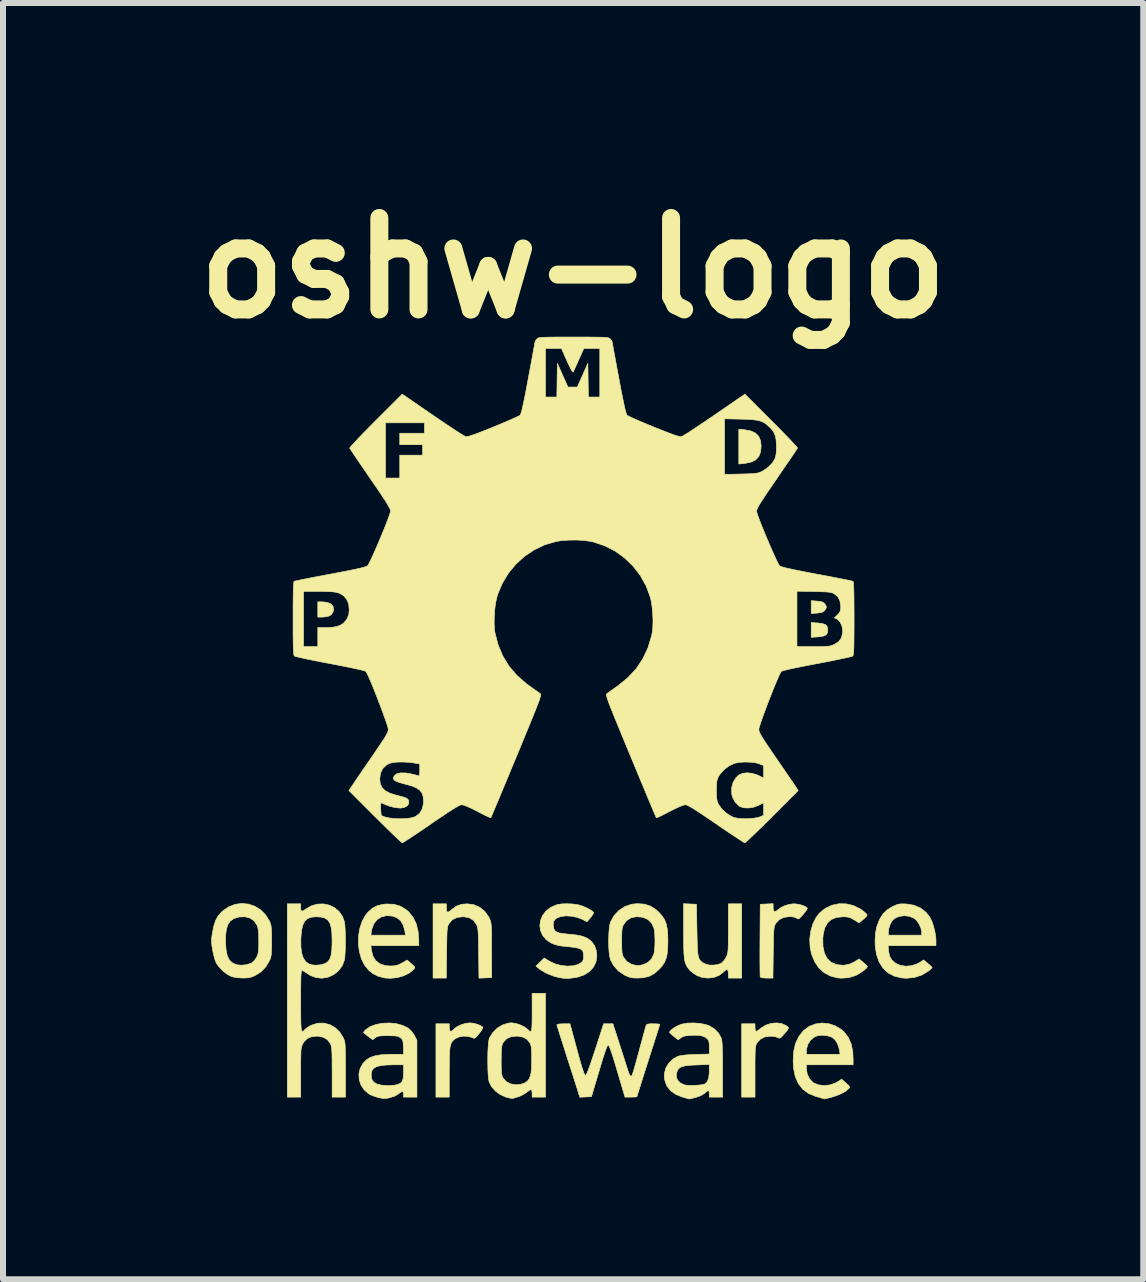
<source format=kicad_pcb>
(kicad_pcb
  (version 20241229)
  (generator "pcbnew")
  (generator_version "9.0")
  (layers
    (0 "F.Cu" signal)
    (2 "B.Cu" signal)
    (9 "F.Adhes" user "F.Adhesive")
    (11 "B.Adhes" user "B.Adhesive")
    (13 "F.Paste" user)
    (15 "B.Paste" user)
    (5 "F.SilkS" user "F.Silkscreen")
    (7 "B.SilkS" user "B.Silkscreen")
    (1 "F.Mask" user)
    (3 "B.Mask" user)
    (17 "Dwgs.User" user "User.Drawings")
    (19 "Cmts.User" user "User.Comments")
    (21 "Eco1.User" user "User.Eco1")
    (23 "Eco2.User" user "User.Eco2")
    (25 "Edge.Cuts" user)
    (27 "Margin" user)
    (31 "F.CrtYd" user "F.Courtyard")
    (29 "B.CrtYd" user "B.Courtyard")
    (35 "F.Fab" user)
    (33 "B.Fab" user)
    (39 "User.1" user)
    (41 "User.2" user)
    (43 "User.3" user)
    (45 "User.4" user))
  (footprint "oshw-logo"
    (layer "F.Cu")
    (at 6.502 8.918)
    (property "Reference" "oshw-logo" (at 0 -7.5 0) (layer "F.SilkS") (effects (font (size 1.524 1.524) (thickness 0.3))))
    (attr through_hole)
    (fp_poly (pts (xy -4.099 -1.928) (xy -4.038 -1.903) (xy -4.001 -1.862) (xy -3.992 -1.808) (xy -4.001 -1.769) (xy -4.029 -1.724) (xy -4.079 -1.696) (xy -4.154 -1.684) (xy -4.185 -1.683) (xy -4.255 -1.683) (xy -4.255 -1.937) (xy -4.185 -1.937) (xy -4.099 -1.928)) (stroke (width 0.01) (type solid)) (fill yes) (layer "F.SilkS"))
    (fp_poly (pts (xy 2.859 -4.805) (xy 2.963 -4.785) (xy 3.041 -4.749) (xy 3.094 -4.695) (xy 3.125 -4.621) (xy 3.134 -4.534) (xy 3.125 -4.435) (xy 3.094 -4.358) (xy 3.04 -4.301) (xy 2.961 -4.264) (xy 2.861 -4.244) (xy 2.762 -4.234) (xy 2.762 -4.815) (xy 2.859 -4.805)) (stroke (width 0.01) (type solid)) (fill yes) (layer "F.SilkS"))
    (fp_poly (pts (xy 4.081 -1.584) (xy 4.157 -1.574) (xy 4.207 -1.557) (xy 4.234 -1.529) (xy 4.244 -1.485) (xy 4.245 -1.468) (xy 4.239 -1.42) (xy 4.217 -1.387) (xy 4.175 -1.367) (xy 4.108 -1.355) (xy 4.081 -1.353) (xy 3.969 -1.345) (xy 3.969 -1.592) (xy 4.081 -1.584)) (stroke (width 0.01) (type solid)) (fill yes) (layer "F.SilkS"))
    (fp_poly (pts (xy 4.066 -1.949) (xy 4.127 -1.942) (xy 4.165 -1.93) (xy 4.191 -1.909) (xy 4.193 -1.906) (xy 4.215 -1.873) (xy 4.223 -1.849) (xy 4.213 -1.823) (xy 4.193 -1.793) (xy 4.168 -1.771) (xy 4.132 -1.758) (xy 4.074 -1.75) (xy 4.066 -1.749) (xy 3.969 -1.742) (xy 3.969 -1.956) (xy 4.066 -1.949)) (stroke (width 0.01) (type solid)) (fill yes) (layer "F.SilkS"))
    (fp_poly (pts (xy -1.666 5.086) (xy -1.606 5.101) (xy -1.551 5.122) (xy -1.513 5.144) (xy -1.503 5.155) (xy -1.508 5.173) (xy -1.529 5.208) (xy -1.562 5.253) (xy -1.567 5.259) (xy -1.605 5.305) (xy -1.63 5.33) (xy -1.649 5.338) (xy -1.668 5.333) (xy -1.684 5.325) (xy -1.749 5.306) (xy -1.825 5.302) (xy -1.9 5.315) (xy -1.954 5.338) (xy -1.985 5.36) (xy -2.01 5.383) (xy -2.028 5.411) (xy -2.042 5.447) (xy -2.052 5.495) (xy -2.058 5.559) (xy -2.062 5.643) (xy -2.063 5.751) (xy -2.064 5.887) (xy -2.064 5.902) (xy -2.064 6.318) (xy -2.286 6.318) (xy -2.286 5.096) (xy -2.064 5.096) (xy -2.064 5.159) (xy -2.058 5.206) (xy -2.04 5.223) (xy -2.012 5.21) (xy -1.991 5.189) (xy -1.939 5.147) (xy -1.867 5.112) (xy -1.789 5.088) (xy -1.722 5.081) (xy -1.666 5.086)) (stroke (width 0.01) (type solid)) (fill yes) (layer "F.SilkS"))
    (fp_poly (pts (xy 3.476 5.092) (xy 3.551 5.126) (xy 3.57 5.14) (xy 3.586 5.155) (xy 3.59 5.169) (xy 3.58 5.19) (xy 3.554 5.224) (xy 3.526 5.257) (xy 3.487 5.302) (xy 3.46 5.327) (xy 3.441 5.335) (xy 3.422 5.33) (xy 3.412 5.325) (xy 3.374 5.312) (xy 3.32 5.304) (xy 3.286 5.303) (xy 3.194 5.315) (xy 3.121 5.352) (xy 3.065 5.415) (xy 3.064 5.417) (xy 3.054 5.435) (xy 3.047 5.455) (xy 3.041 5.481) (xy 3.037 5.519) (xy 3.035 5.571) (xy 3.033 5.641) (xy 3.032 5.734) (xy 3.032 5.854) (xy 3.032 5.894) (xy 3.032 6.318) (xy 2.81 6.318) (xy 2.81 5.096) (xy 3.032 5.096) (xy 3.032 5.159) (xy 3.036 5.199) (xy 3.046 5.221) (xy 3.049 5.223) (xy 3.071 5.213) (xy 3.106 5.189) (xy 3.129 5.17) (xy 3.207 5.12) (xy 3.296 5.09) (xy 3.388 5.081) (xy 3.476 5.092)) (stroke (width 0.01) (type solid)) (fill yes) (layer "F.SilkS"))
    (fp_poly (pts (xy 2.056 3.104) (xy 2.064 3.532) (xy 2.067 3.67) (xy 2.07 3.78) (xy 2.074 3.865) (xy 2.08 3.93) (xy 2.089 3.979) (xy 2.101 4.014) (xy 2.117 4.04) (xy 2.138 4.06) (xy 2.165 4.079) (xy 2.174 4.084) (xy 2.22 4.106) (xy 2.273 4.117) (xy 2.33 4.118) (xy 2.412 4.11) (xy 2.472 4.085) (xy 2.519 4.039) (xy 2.552 3.984) (xy 2.563 3.962) (xy 2.571 3.939) (xy 2.577 3.912) (xy 2.582 3.876) (xy 2.585 3.827) (xy 2.587 3.761) (xy 2.587 3.673) (xy 2.588 3.56) (xy 2.588 3.505) (xy 2.588 3.096) (xy 2.81 3.096) (xy 2.81 4.334) (xy 2.588 4.334) (xy 2.588 4.262) (xy 2.583 4.212) (xy 2.568 4.192) (xy 2.541 4.201) (xy 2.507 4.233) (xy 2.435 4.288) (xy 2.347 4.323) (xy 2.249 4.334) (xy 2.149 4.323) (xy 2.067 4.293) (xy 2.011 4.258) (xy 1.959 4.217) (xy 1.937 4.194) (xy 1.911 4.161) (xy 1.89 4.128) (xy 1.874 4.091) (xy 1.862 4.047) (xy 1.853 3.991) (xy 1.847 3.92) (xy 1.844 3.83) (xy 1.842 3.717) (xy 1.842 3.577) (xy 1.841 3.545) (xy 1.841 3.094) (xy 2.056 3.104)) (stroke (width 0.01) (type solid)) (fill yes) (layer "F.SilkS"))
    (fp_poly (pts (xy -2.111 3.167) (xy -2.108 3.214) (xy -2.096 3.234) (xy -2.071 3.229) (xy -2.03 3.198) (xy -2.019 3.189) (xy -1.943 3.134) (xy -1.862 3.105) (xy -1.767 3.096) (xy -1.655 3.111) (xy -1.555 3.155) (xy -1.471 3.224) (xy -1.406 3.315) (xy -1.395 3.338) (xy -1.384 3.363) (xy -1.376 3.387) (xy -1.369 3.415) (xy -1.365 3.45) (xy -1.361 3.496) (xy -1.359 3.557) (xy -1.358 3.639) (xy -1.358 3.743) (xy -1.358 3.873) (xy -1.357 4.326) (xy -1.463 4.331) (xy -1.569 4.335) (xy -1.574 3.918) (xy -1.576 3.791) (xy -1.578 3.691) (xy -1.58 3.615) (xy -1.584 3.558) (xy -1.588 3.517) (xy -1.594 3.486) (xy -1.601 3.462) (xy -1.611 3.441) (xy -1.613 3.437) (xy -1.662 3.371) (xy -1.728 3.33) (xy -1.814 3.313) (xy -1.839 3.312) (xy -1.934 3.323) (xy -2.009 3.359) (xy -2.066 3.421) (xy -2.071 3.43) (xy -2.081 3.448) (xy -2.089 3.469) (xy -2.094 3.497) (xy -2.099 3.536) (xy -2.102 3.589) (xy -2.104 3.661) (xy -2.106 3.756) (xy -2.108 3.877) (xy -2.108 3.909) (xy -2.113 4.334) (xy -2.334 4.334) (xy -2.334 3.096) (xy -2.111 3.096) (xy -2.111 3.167)) (stroke (width 0.01) (type solid)) (fill yes) (layer "F.SilkS"))
    (fp_poly (pts (xy 3.334 3.158) (xy 3.337 3.201) (xy 3.347 3.219) (xy 3.364 3.223) (xy 3.398 3.211) (xy 3.415 3.196) (xy 3.459 3.161) (xy 3.523 3.13) (xy 3.597 3.107) (xy 3.67 3.096) (xy 3.683 3.096) (xy 3.738 3.101) (xy 3.797 3.114) (xy 3.85 3.132) (xy 3.889 3.152) (xy 3.905 3.171) (xy 3.905 3.172) (xy 3.895 3.193) (xy 3.871 3.228) (xy 3.837 3.27) (xy 3.802 3.309) (xy 3.773 3.338) (xy 3.755 3.35) (xy 3.729 3.339) (xy 3.717 3.33) (xy 3.691 3.319) (xy 3.644 3.312) (xy 3.607 3.31) (xy 3.511 3.323) (xy 3.436 3.36) (xy 3.379 3.421) (xy 3.374 3.43) (xy 3.364 3.448) (xy 3.357 3.469) (xy 3.351 3.497) (xy 3.346 3.536) (xy 3.343 3.589) (xy 3.34 3.662) (xy 3.339 3.757) (xy 3.337 3.879) (xy 3.336 3.909) (xy 3.331 4.334) (xy 3.229 4.334) (xy 3.162 4.331) (xy 3.126 4.321) (xy 3.119 4.314) (xy 3.117 4.294) (xy 3.116 4.246) (xy 3.115 4.174) (xy 3.114 4.08) (xy 3.114 3.97) (xy 3.114 3.845) (xy 3.115 3.711) (xy 3.115 3.699) (xy 3.119 3.104) (xy 3.227 3.099) (xy 3.334 3.094) (xy 3.334 3.158)) (stroke (width 0.01) (type solid)) (fill yes) (layer "F.SilkS"))
    (fp_poly (pts (xy 4.552 3.097) (xy 4.672 3.125) (xy 4.785 3.181) (xy 4.822 3.207) (xy 4.863 3.24) (xy 4.892 3.268) (xy 4.901 3.28) (xy 4.893 3.3) (xy 4.866 3.33) (xy 4.836 3.356) (xy 4.766 3.414) (xy 4.683 3.363) (xy 4.633 3.334) (xy 4.59 3.319) (xy 4.539 3.313) (xy 4.493 3.312) (xy 4.388 3.324) (xy 4.303 3.358) (xy 4.239 3.415) (xy 4.195 3.496) (xy 4.169 3.602) (xy 4.162 3.674) (xy 4.165 3.808) (xy 4.189 3.918) (xy 4.232 4.005) (xy 4.296 4.067) (xy 4.38 4.106) (xy 4.4 4.111) (xy 4.51 4.121) (xy 4.611 4.101) (xy 4.692 4.062) (xy 4.766 4.015) (xy 4.835 4.072) (xy 4.874 4.106) (xy 4.899 4.132) (xy 4.905 4.143) (xy 4.893 4.164) (xy 4.86 4.194) (xy 4.814 4.229) (xy 4.763 4.262) (xy 4.717 4.288) (xy 4.596 4.327) (xy 4.466 4.336) (xy 4.41 4.331) (xy 4.289 4.3) (xy 4.183 4.243) (xy 4.093 4.161) (xy 4.023 4.056) (xy 3.973 3.931) (xy 3.951 3.824) (xy 3.944 3.69) (xy 3.96 3.557) (xy 3.996 3.432) (xy 4.051 3.323) (xy 4.108 3.249) (xy 4.204 3.172) (xy 4.313 3.12) (xy 4.431 3.095) (xy 4.552 3.097)) (stroke (width 0.01) (type solid)) (fill yes) (layer "F.SilkS"))
    (fp_poly (pts (xy -2.986 3.104) (xy -2.877 3.136) (xy -2.781 3.195) (xy -2.74 3.231) (xy -2.667 3.322) (xy -2.615 3.429) (xy -2.584 3.554) (xy -2.572 3.701) (xy -2.572 3.719) (xy -2.572 3.794) (xy -3.37 3.794) (xy -3.362 3.865) (xy -3.338 3.964) (xy -3.291 4.041) (xy -3.223 4.095) (xy -3.133 4.126) (xy -3.046 4.133) (xy -2.977 4.129) (xy -2.924 4.117) (xy -2.869 4.092) (xy -2.852 4.083) (xy -2.765 4.033) (xy -2.696 4.095) (xy -2.658 4.129) (xy -2.64 4.151) (xy -2.64 4.167) (xy -2.655 4.186) (xy -2.657 4.189) (xy -2.733 4.251) (xy -2.829 4.298) (xy -2.939 4.328) (xy -3.054 4.338) (xy -3.136 4.332) (xy -3.245 4.305) (xy -3.336 4.26) (xy -3.404 4.206) (xy -3.475 4.12) (xy -3.528 4.014) (xy -3.562 3.894) (xy -3.579 3.765) (xy -3.576 3.634) (xy -3.574 3.619) (xy -3.37 3.619) (xy -2.794 3.619) (xy -2.804 3.552) (xy -2.83 3.452) (xy -2.876 3.377) (xy -2.941 3.326) (xy -3.012 3.301) (xy -3.108 3.293) (xy -3.195 3.314) (xy -3.267 3.36) (xy -3.322 3.43) (xy -3.355 3.519) (xy -3.36 3.545) (xy -3.37 3.619) (xy -3.574 3.619) (xy -3.555 3.506) (xy -3.516 3.387) (xy -3.458 3.284) (xy -3.416 3.233) (xy -3.342 3.168) (xy -3.262 3.127) (xy -3.167 3.105) (xy -3.111 3.099) (xy -2.986 3.104)) (stroke (width 0.01) (type solid)) (fill yes) (layer "F.SilkS"))
    (fp_poly (pts (xy 5.554 3.099) (xy 5.682 3.12) (xy 5.793 3.168) (xy 5.885 3.241) (xy 5.946 3.32) (xy 5.978 3.384) (xy 6.007 3.468) (xy 6.03 3.56) (xy 6.045 3.649) (xy 6.048 3.707) (xy 6.048 3.794) (xy 5.251 3.794) (xy 5.258 3.882) (xy 5.275 3.968) (xy 5.315 4.035) (xy 5.378 4.089) (xy 5.453 4.123) (xy 5.543 4.136) (xy 5.638 4.128) (xy 5.729 4.099) (xy 5.783 4.071) (xy 5.843 4.031) (xy 5.914 4.091) (xy 5.952 4.124) (xy 5.978 4.149) (xy 5.985 4.159) (xy 5.974 4.173) (xy 5.945 4.199) (xy 5.929 4.212) (xy 5.818 4.281) (xy 5.692 4.323) (xy 5.558 4.337) (xy 5.474 4.331) (xy 5.352 4.301) (xy 5.248 4.246) (xy 5.164 4.167) (xy 5.1 4.064) (xy 5.057 3.94) (xy 5.035 3.795) (xy 5.033 3.723) (xy 5.038 3.619) (xy 5.255 3.619) (xy 5.81 3.619) (xy 5.81 3.567) (xy 5.798 3.503) (xy 5.767 3.433) (xy 5.724 3.372) (xy 5.688 3.34) (xy 5.608 3.305) (xy 5.519 3.294) (xy 5.429 3.308) (xy 5.356 3.341) (xy 5.316 3.382) (xy 5.283 3.443) (xy 5.261 3.511) (xy 5.255 3.56) (xy 5.255 3.619) (xy 5.038 3.619) (xy 5.039 3.591) (xy 5.061 3.479) (xy 5.1 3.375) (xy 5.121 3.334) (xy 5.173 3.255) (xy 5.237 3.195) (xy 5.321 3.144) (xy 5.348 3.131) (xy 5.398 3.11) (xy 5.443 3.099) (xy 5.496 3.097) (xy 5.554 3.099)) (stroke (width 0.01) (type solid)) (fill yes) (layer "F.SilkS"))
    (fp_poly (pts (xy 4.261 5.094) (xy 4.37 5.13) (xy 4.47 5.191) (xy 4.516 5.231) (xy 4.587 5.323) (xy 4.636 5.435) (xy 4.662 5.568) (xy 4.667 5.676) (xy 4.667 5.779) (xy 3.889 5.779) (xy 3.889 5.852) (xy 3.903 5.935) (xy 3.94 6.012) (xy 3.996 6.072) (xy 4.012 6.082) (xy 4.092 6.114) (xy 4.185 6.125) (xy 4.283 6.114) (xy 4.375 6.082) (xy 4.418 6.057) (xy 4.475 6.019) (xy 4.548 6.083) (xy 4.588 6.119) (xy 4.606 6.142) (xy 4.608 6.158) (xy 4.596 6.176) (xy 4.594 6.177) (xy 4.538 6.223) (xy 4.457 6.266) (xy 4.359 6.304) (xy 4.313 6.318) (xy 4.255 6.333) (xy 4.212 6.344) (xy 4.189 6.349) (xy 4.187 6.349) (xy 4.171 6.343) (xy 4.167 6.342) (xy 4.145 6.335) (xy 4.101 6.322) (xy 4.045 6.306) (xy 4.039 6.304) (xy 3.922 6.256) (xy 3.827 6.185) (xy 3.754 6.092) (xy 3.703 5.976) (xy 3.675 5.837) (xy 3.668 5.707) (xy 3.678 5.553) (xy 3.679 5.545) (xy 3.889 5.545) (xy 3.889 5.604) (xy 4.449 5.604) (xy 4.441 5.54) (xy 4.427 5.482) (xy 4.405 5.424) (xy 4.402 5.418) (xy 4.36 5.356) (xy 4.307 5.316) (xy 4.237 5.295) (xy 4.184 5.289) (xy 4.12 5.288) (xy 4.074 5.295) (xy 4.031 5.312) (xy 4.018 5.319) (xy 3.956 5.371) (xy 3.911 5.443) (xy 3.89 5.524) (xy 3.889 5.545) (xy 3.679 5.545) (xy 3.708 5.422) (xy 3.761 5.31) (xy 3.836 5.215) (xy 3.844 5.207) (xy 3.934 5.14) (xy 4.038 5.099) (xy 4.148 5.083) (xy 4.261 5.094)) (stroke (width 0.01) (type solid)) (fill yes) (layer "F.SilkS"))
    (fp_poly (pts (xy 1.189 3.102) (xy 1.289 3.134) (xy 1.38 3.192) (xy 1.429 3.237) (xy 1.484 3.299) (xy 1.525 3.361) (xy 1.552 3.43) (xy 1.569 3.512) (xy 1.578 3.614) (xy 1.58 3.715) (xy 1.577 3.837) (xy 1.567 3.935) (xy 1.548 4.014) (xy 1.518 4.081) (xy 1.475 4.143) (xy 1.43 4.192) (xy 1.351 4.26) (xy 1.269 4.304) (xy 1.177 4.327) (xy 1.071 4.334) (xy 1 4.331) (xy 0.944 4.321) (xy 0.887 4.298) (xy 0.86 4.285) (xy 0.756 4.216) (xy 0.675 4.125) (xy 0.625 4.032) (xy 0.61 3.978) (xy 0.6 3.9) (xy 0.594 3.807) (xy 0.593 3.712) (xy 0.81 3.712) (xy 0.81 3.715) (xy 0.81 3.807) (xy 0.813 3.873) (xy 0.818 3.921) (xy 0.826 3.955) (xy 0.839 3.984) (xy 0.839 3.984) (xy 0.893 4.055) (xy 0.967 4.101) (xy 1.002 4.112) (xy 1.053 4.122) (xy 1.09 4.125) (xy 1.131 4.118) (xy 1.168 4.11) (xy 1.246 4.074) (xy 1.307 4.015) (xy 1.345 3.937) (xy 1.348 3.929) (xy 1.357 3.87) (xy 1.363 3.793) (xy 1.365 3.706) (xy 1.362 3.621) (xy 1.357 3.548) (xy 1.348 3.504) (xy 1.311 3.422) (xy 1.251 3.36) (xy 1.172 3.323) (xy 1.154 3.319) (xy 1.053 3.311) (xy 0.965 3.33) (xy 0.892 3.376) (xy 0.839 3.445) (xy 0.827 3.473) (xy 0.818 3.508) (xy 0.813 3.555) (xy 0.81 3.621) (xy 0.81 3.712) (xy 0.593 3.712) (xy 0.593 3.706) (xy 0.595 3.607) (xy 0.602 3.515) (xy 0.612 3.441) (xy 0.625 3.397) (xy 0.684 3.292) (xy 0.765 3.206) (xy 0.864 3.141) (xy 0.976 3.103) (xy 1.071 3.093) (xy 1.189 3.102)) (stroke (width 0.01) (type solid)) (fill yes) (layer "F.SilkS"))
    (fp_poly (pts (xy -5.411 3.101) (xy -5.305 3.137) (xy -5.208 3.197) (xy -5.126 3.279) (xy -5.061 3.383) (xy -5.055 3.397) (xy -5.043 3.429) (xy -5.034 3.466) (xy -5.029 3.512) (xy -5.026 3.575) (xy -5.025 3.66) (xy -5.024 3.715) (xy -5.025 3.814) (xy -5.027 3.887) (xy -5.031 3.941) (xy -5.038 3.982) (xy -5.048 4.016) (xy -5.055 4.033) (xy -5.119 4.143) (xy -5.202 4.23) (xy -5.289 4.285) (xy -5.347 4.312) (xy -5.396 4.326) (xy -5.452 4.332) (xy -5.507 4.333) (xy -5.577 4.329) (xy -5.645 4.32) (xy -5.695 4.308) (xy -5.762 4.273) (xy -5.832 4.219) (xy -5.896 4.155) (xy -5.944 4.09) (xy -5.951 4.076) (xy -5.969 4.029) (xy -5.987 3.963) (xy -6.004 3.888) (xy -6.009 3.862) (xy -6.021 3.787) (xy -6.023 3.759) (xy -5.792 3.759) (xy -5.792 3.764) (xy -5.782 3.878) (xy -5.763 3.965) (xy -5.732 4.029) (xy -5.687 4.075) (xy -5.626 4.105) (xy -5.596 4.113) (xy -5.528 4.12) (xy -5.45 4.112) (xy -5.379 4.092) (xy -5.358 4.082) (xy -5.322 4.052) (xy -5.286 4.006) (xy -5.274 3.985) (xy -5.259 3.951) (xy -5.249 3.917) (xy -5.243 3.874) (xy -5.24 3.816) (xy -5.239 3.735) (xy -5.239 3.715) (xy -5.24 3.624) (xy -5.244 3.558) (xy -5.251 3.509) (xy -5.261 3.47) (xy -5.27 3.45) (xy -5.317 3.38) (xy -5.385 3.334) (xy -5.469 3.312) (xy -5.568 3.316) (xy -5.583 3.319) (xy -5.657 3.343) (xy -5.713 3.383) (xy -5.754 3.442) (xy -5.779 3.522) (xy -5.792 3.627) (xy -5.792 3.759) (xy -6.023 3.759) (xy -6.026 3.73) (xy -6.025 3.677) (xy -6.017 3.615) (xy -6.009 3.568) (xy -5.986 3.459) (xy -5.958 3.374) (xy -5.921 3.305) (xy -5.87 3.245) (xy -5.84 3.216) (xy -5.741 3.147) (xy -5.634 3.105) (xy -5.522 3.09) (xy -5.411 3.101)) (stroke (width 0.01) (type solid)) (fill yes) (layer "F.SilkS"))
    (fp_poly (pts (xy -0.01 3.099) (xy 0.076 3.111) (xy 0.107 3.118) (xy 0.165 3.137) (xy 0.226 3.164) (xy 0.282 3.194) (xy 0.324 3.221) (xy 0.341 3.239) (xy 0.337 3.258) (xy 0.316 3.293) (xy 0.292 3.325) (xy 0.233 3.395) (xy 0.158 3.357) (xy 0.07 3.323) (xy -0.024 3.303) (xy -0.117 3.297) (xy -0.201 3.307) (xy -0.268 3.331) (xy -0.295 3.351) (xy -0.321 3.382) (xy -0.331 3.418) (xy -0.33 3.459) (xy -0.323 3.505) (xy -0.307 3.54) (xy -0.277 3.564) (xy -0.228 3.582) (xy -0.157 3.594) (xy -0.058 3.604) (xy -0.057 3.604) (xy 0.057 3.616) (xy 0.145 3.634) (xy 0.213 3.658) (xy 0.268 3.691) (xy 0.31 3.728) (xy 0.359 3.796) (xy 0.387 3.876) (xy 0.396 3.965) (xy 0.382 4.063) (xy 0.341 4.149) (xy 0.275 4.223) (xy 0.187 4.28) (xy 0.081 4.317) (xy 0.031 4.326) (xy -0.02 4.333) (xy -0.062 4.339) (xy -0.071 4.34) (xy -0.105 4.341) (xy -0.156 4.337) (xy -0.191 4.333) (xy -0.313 4.306) (xy -0.434 4.259) (xy -0.539 4.199) (xy -0.576 4.171) (xy -0.619 4.134) (xy -0.551 4.067) (xy -0.482 3.999) (xy -0.39 4.055) (xy -0.299 4.098) (xy -0.198 4.124) (xy -0.096 4.135) (xy 0.001 4.129) (xy 0.084 4.107) (xy 0.133 4.078) (xy 0.16 4.051) (xy 0.172 4.017) (xy 0.174 3.972) (xy 0.172 3.922) (xy 0.162 3.885) (xy 0.139 3.858) (xy 0.101 3.84) (xy 0.041 3.826) (xy -0.043 3.815) (xy -0.097 3.81) (xy -0.189 3.8) (xy -0.259 3.787) (xy -0.314 3.771) (xy -0.365 3.75) (xy -0.449 3.693) (xy -0.508 3.622) (xy -0.543 3.542) (xy -0.554 3.456) (xy -0.542 3.371) (xy -0.507 3.289) (xy -0.451 3.216) (xy -0.374 3.156) (xy -0.277 3.114) (xy -0.264 3.11) (xy -0.193 3.098) (xy -0.104 3.095) (xy -0.01 3.099)) (stroke (width 0.01) (type solid)) (fill yes) (layer "F.SilkS"))
    (fp_poly (pts (xy -2.945 5.094) (xy -2.84 5.123) (xy -2.75 5.168) (xy -2.745 5.171) (xy -2.696 5.217) (xy -2.652 5.277) (xy -2.643 5.293) (xy -2.603 5.372) (xy -2.603 6.318) (xy -2.826 6.318) (xy -2.826 6.271) (xy -2.831 6.235) (xy -2.849 6.225) (xy -2.881 6.242) (xy -2.908 6.262) (xy -2.971 6.301) (xy -3.06 6.329) (xy -3.12 6.341) (xy -3.16 6.341) (xy -3.217 6.332) (xy -3.265 6.32) (xy -3.324 6.301) (xy -3.376 6.28) (xy -3.403 6.265) (xy -3.482 6.197) (xy -3.536 6.115) (xy -3.565 6.025) (xy -3.569 5.953) (xy -3.365 5.953) (xy -3.356 6.018) (xy -3.327 6.065) (xy -3.274 6.099) (xy -3.197 6.118) (xy -3.092 6.126) (xy -3.088 6.126) (xy -3.024 6.124) (xy -2.963 6.117) (xy -2.933 6.111) (xy -2.885 6.092) (xy -2.853 6.062) (xy -2.834 6.015) (xy -2.827 5.946) (xy -2.826 5.902) (xy -2.826 5.779) (xy -2.988 5.779) (xy -3.112 5.783) (xy -3.206 5.793) (xy -3.276 5.81) (xy -3.323 5.838) (xy -3.352 5.876) (xy -3.364 5.926) (xy -3.365 5.953) (xy -3.569 5.953) (xy -3.57 5.931) (xy -3.549 5.84) (xy -3.502 5.756) (xy -3.442 5.694) (xy -3.379 5.656) (xy -3.297 5.629) (xy -3.193 5.612) (xy -3.062 5.605) (xy -3.012 5.604) (xy -2.824 5.604) (xy -2.829 5.482) (xy -2.832 5.42) (xy -2.838 5.38) (xy -2.85 5.355) (xy -2.869 5.335) (xy -2.879 5.328) (xy -2.903 5.312) (xy -2.933 5.302) (xy -2.974 5.297) (xy -3.035 5.295) (xy -3.088 5.294) (xy -3.165 5.295) (xy -3.218 5.298) (xy -3.254 5.305) (xy -3.281 5.317) (xy -3.297 5.328) (xy -3.341 5.361) (xy -3.417 5.304) (xy -3.457 5.273) (xy -3.485 5.248) (xy -3.493 5.238) (xy -3.482 5.222) (xy -3.457 5.195) (xy -3.457 5.195) (xy -3.381 5.143) (xy -3.285 5.107) (xy -3.175 5.087) (xy -3.06 5.082) (xy -2.945 5.094)) (stroke (width 0.01) (type solid)) (fill yes) (layer "F.SilkS"))
    (fp_poly (pts (xy -0.46 6.318) (xy -0.683 6.318) (xy -0.683 6.255) (xy -0.686 6.215) (xy -0.696 6.193) (xy -0.699 6.191) (xy -0.721 6.201) (xy -0.756 6.224) (xy -0.777 6.24) (xy -0.83 6.275) (xy -0.89 6.304) (xy -0.907 6.31) (xy -0.954 6.324) (xy -0.991 6.336) (xy -1 6.339) (xy -1.027 6.339) (xy -1.073 6.33) (xy -1.125 6.316) (xy -1.216 6.275) (xy -1.297 6.214) (xy -1.361 6.141) (xy -1.4 6.062) (xy -1.4 6.062) (xy -1.409 6.014) (xy -1.416 5.944) (xy -1.42 5.856) (xy -1.422 5.759) (xy -1.422 5.707) (xy -1.199 5.707) (xy -1.198 5.802) (xy -1.196 5.87) (xy -1.193 5.919) (xy -1.186 5.954) (xy -1.177 5.981) (xy -1.166 6.001) (xy -1.114 6.06) (xy -1.041 6.098) (xy -0.95 6.112) (xy -0.945 6.112) (xy -0.883 6.106) (xy -0.826 6.091) (xy -0.811 6.084) (xy -0.768 6.057) (xy -0.737 6.022) (xy -0.715 5.975) (xy -0.7 5.91) (xy -0.693 5.824) (xy -0.691 5.711) (xy -0.691 5.699) (xy -0.691 5.604) (xy -0.693 5.535) (xy -0.698 5.485) (xy -0.705 5.45) (xy -0.716 5.422) (xy -0.719 5.417) (xy -0.767 5.356) (xy -0.834 5.318) (xy -0.921 5.303) (xy -0.945 5.302) (xy -1.037 5.313) (xy -1.108 5.345) (xy -1.16 5.4) (xy -1.17 5.417) (xy -1.181 5.442) (xy -1.189 5.475) (xy -1.195 5.52) (xy -1.197 5.582) (xy -1.198 5.669) (xy -1.199 5.707) (xy -1.422 5.707) (xy -1.422 5.658) (xy -1.42 5.56) (xy -1.415 5.471) (xy -1.408 5.398) (xy -1.4 5.347) (xy -1.395 5.333) (xy -1.339 5.243) (xy -1.263 5.168) (xy -1.173 5.114) (xy -1.077 5.084) (xy -1.027 5.08) (xy -0.959 5.089) (xy -0.883 5.113) (xy -0.813 5.147) (xy -0.76 5.185) (xy -0.754 5.191) (xy -0.731 5.214) (xy -0.714 5.225) (xy -0.701 5.22) (xy -0.693 5.197) (xy -0.687 5.153) (xy -0.684 5.085) (xy -0.683 4.991) (xy -0.683 4.905) (xy -0.683 4.588) (xy -0.46 4.588) (xy -0.46 6.318)) (stroke (width 0.01) (type solid)) (fill yes) (layer "F.SilkS"))
    (fp_poly (pts (xy 2.117 5.09) (xy 2.216 5.11) (xy 2.267 5.128) (xy 2.351 5.178) (xy 2.42 5.246) (xy 2.466 5.326) (xy 2.474 5.348) (xy 2.48 5.387) (xy 2.486 5.458) (xy 2.489 5.559) (xy 2.492 5.69) (xy 2.492 5.851) (xy 2.492 5.864) (xy 2.492 6.318) (xy 2.27 6.318) (xy 2.27 6.263) (xy 2.267 6.223) (xy 2.254 6.21) (xy 2.228 6.222) (xy 2.193 6.253) (xy 2.133 6.292) (xy 2.048 6.322) (xy 2.041 6.324) (xy 1.989 6.337) (xy 1.95 6.346) (xy 1.933 6.349) (xy 1.917 6.344) (xy 1.879 6.333) (xy 1.828 6.319) (xy 1.714 6.274) (xy 1.626 6.213) (xy 1.565 6.135) (xy 1.558 6.123) (xy 1.525 6.027) (xy 1.523 5.97) (xy 1.719 5.97) (xy 1.738 6.031) (xy 1.785 6.08) (xy 1.856 6.114) (xy 1.899 6.121) (xy 1.961 6.124) (xy 2.031 6.122) (xy 2.101 6.117) (xy 2.16 6.109) (xy 2.198 6.098) (xy 2.202 6.095) (xy 2.237 6.059) (xy 2.259 6.003) (xy 2.269 5.921) (xy 2.27 5.877) (xy 2.27 5.774) (xy 2.06 5.782) (xy 1.952 5.787) (xy 1.872 5.796) (xy 1.814 5.81) (xy 1.774 5.83) (xy 1.748 5.859) (xy 1.73 5.897) (xy 1.73 5.897) (xy 1.719 5.97) (xy 1.523 5.97) (xy 1.521 5.93) (xy 1.544 5.837) (xy 1.593 5.753) (xy 1.665 5.683) (xy 1.738 5.642) (xy 1.777 5.629) (xy 1.832 5.62) (xy 1.906 5.613) (xy 2.006 5.608) (xy 2.036 5.607) (xy 2.27 5.6) (xy 2.27 5.49) (xy 2.269 5.429) (xy 2.262 5.389) (xy 2.249 5.361) (xy 2.232 5.342) (xy 2.191 5.313) (xy 2.136 5.295) (xy 2.061 5.287) (xy 1.962 5.289) (xy 1.888 5.295) (xy 1.837 5.307) (xy 1.8 5.327) (xy 1.797 5.329) (xy 1.752 5.363) (xy 1.681 5.308) (xy 1.642 5.275) (xy 1.615 5.249) (xy 1.607 5.239) (xy 1.615 5.219) (xy 1.644 5.191) (xy 1.689 5.159) (xy 1.741 5.13) (xy 1.794 5.107) (xy 1.809 5.102) (xy 1.901 5.085) (xy 2.007 5.082) (xy 2.117 5.09)) (stroke (width 0.01) (type solid)) (fill yes) (layer "F.SilkS"))
    (fp_poly (pts (xy 0.064 5.524) (xy 0.1 5.657) (xy 0.13 5.761) (xy 0.154 5.84) (xy 0.173 5.896) (xy 0.187 5.932) (xy 0.199 5.95) (xy 0.205 5.953) (xy 0.216 5.945) (xy 0.231 5.919) (xy 0.25 5.873) (xy 0.276 5.804) (xy 0.308 5.71) (xy 0.348 5.59) (xy 0.37 5.524) (xy 0.509 5.096) (xy 0.664 5.096) (xy 0.775 5.441) (xy 0.809 5.547) (xy 0.841 5.647) (xy 0.87 5.738) (xy 0.894 5.812) (xy 0.91 5.865) (xy 0.914 5.878) (xy 0.932 5.926) (xy 0.951 5.959) (xy 0.963 5.969) (xy 0.969 5.968) (xy 0.976 5.964) (xy 0.983 5.952) (xy 0.991 5.931) (xy 1.003 5.896) (xy 1.018 5.845) (xy 1.038 5.775) (xy 1.063 5.682) (xy 1.096 5.564) (xy 1.119 5.477) (xy 1.146 5.379) (xy 1.17 5.29) (xy 1.191 5.215) (xy 1.206 5.159) (xy 1.215 5.128) (xy 1.216 5.124) (xy 1.226 5.109) (xy 1.249 5.1) (xy 1.292 5.096) (xy 1.335 5.096) (xy 1.389 5.097) (xy 1.428 5.1) (xy 1.445 5.104) (xy 1.445 5.105) (xy 1.44 5.121) (xy 1.427 5.165) (xy 1.406 5.232) (xy 1.378 5.319) (xy 1.345 5.424) (xy 1.307 5.542) (xy 1.266 5.671) (xy 1.254 5.708) (xy 1.212 5.839) (xy 1.173 5.961) (xy 1.139 6.07) (xy 1.11 6.162) (xy 1.087 6.235) (xy 1.071 6.285) (xy 1.064 6.309) (xy 1.064 6.311) (xy 1.049 6.315) (xy 1.011 6.317) (xy 0.964 6.318) (xy 0.865 6.318) (xy 0.737 5.886) (xy 0.693 5.739) (xy 0.657 5.622) (xy 0.627 5.536) (xy 0.605 5.479) (xy 0.59 5.452) (xy 0.587 5.449) (xy 0.577 5.456) (xy 0.564 5.48) (xy 0.546 5.525) (xy 0.523 5.592) (xy 0.493 5.684) (xy 0.457 5.803) (xy 0.435 5.877) (xy 0.306 6.31) (xy 0.113 6.32) (xy 0.01 5.998) (xy -0.05 5.811) (xy -0.101 5.652) (xy -0.143 5.519) (xy -0.178 5.41) (xy -0.206 5.322) (xy -0.228 5.253) (xy -0.244 5.2) (xy -0.256 5.162) (xy -0.264 5.136) (xy -0.268 5.12) (xy -0.27 5.111) (xy -0.27 5.11) (xy -0.255 5.103) (xy -0.217 5.098) (xy -0.164 5.096) (xy -0.161 5.096) (xy -0.052 5.096) (xy 0.064 5.524)) (stroke (width 0.01) (type solid)) (fill yes) (layer "F.SilkS"))
    (fp_poly (pts (xy -4.54 3.159) (xy -4.537 3.202) (xy -4.523 3.219) (xy -4.495 3.211) (xy -4.455 3.183) (xy -4.36 3.129) (xy -4.26 3.101) (xy -4.159 3.098) (xy -4.062 3.119) (xy -3.974 3.162) (xy -3.899 3.226) (xy -3.843 3.308) (xy -3.811 3.397) (xy -3.804 3.452) (xy -3.799 3.53) (xy -3.796 3.624) (xy -3.795 3.725) (xy -3.796 3.825) (xy -3.8 3.916) (xy -3.805 3.991) (xy -3.811 4.032) (xy -3.847 4.127) (xy -3.908 4.21) (xy -3.988 4.275) (xy -4.082 4.319) (xy -4.184 4.336) (xy -4.192 4.336) (xy -4.291 4.324) (xy -4.383 4.288) (xy -4.444 4.248) (xy -4.483 4.222) (xy -4.513 4.208) (xy -4.52 4.207) (xy -4.525 4.213) (xy -4.53 4.231) (xy -4.534 4.266) (xy -4.537 4.32) (xy -4.538 4.395) (xy -4.54 4.495) (xy -4.54 4.622) (xy -4.54 4.715) (xy -4.54 4.862) (xy -4.539 4.98) (xy -4.538 5.071) (xy -4.535 5.139) (xy -4.53 5.185) (xy -4.524 5.212) (xy -4.514 5.224) (xy -4.502 5.222) (xy -4.486 5.209) (xy -4.467 5.189) (xy -4.436 5.163) (xy -4.388 5.133) (xy -4.358 5.118) (xy -4.256 5.086) (xy -4.154 5.084) (xy -4.055 5.11) (xy -3.965 5.161) (xy -3.888 5.236) (xy -3.832 5.326) (xy -3.821 5.35) (xy -3.813 5.373) (xy -3.806 5.399) (xy -3.801 5.433) (xy -3.798 5.478) (xy -3.796 5.538) (xy -3.795 5.618) (xy -3.794 5.72) (xy -3.794 5.851) (xy -3.794 5.862) (xy -3.794 6.318) (xy -4.016 6.318) (xy -4.016 5.902) (xy -4.017 5.773) (xy -4.017 5.672) (xy -4.019 5.595) (xy -4.022 5.537) (xy -4.026 5.495) (xy -4.031 5.464) (xy -4.039 5.442) (xy -4.044 5.43) (xy -4.094 5.362) (xy -4.164 5.32) (xy -4.252 5.303) (xy -4.269 5.302) (xy -4.361 5.312) (xy -4.432 5.342) (xy -4.485 5.396) (xy -4.505 5.429) (xy -4.515 5.452) (xy -4.524 5.475) (xy -4.53 5.502) (xy -4.535 5.538) (xy -4.537 5.587) (xy -4.539 5.653) (xy -4.54 5.741) (xy -4.54 5.855) (xy -4.54 5.909) (xy -4.54 6.318) (xy -4.763 6.318) (xy -4.763 3.677) (xy -4.538 3.677) (xy -4.537 3.813) (xy -4.523 3.922) (xy -4.495 4.004) (xy -4.453 4.064) (xy -4.396 4.101) (xy -4.363 4.112) (xy -4.293 4.12) (xy -4.213 4.113) (xy -4.142 4.094) (xy -4.122 4.085) (xy -4.084 4.057) (xy -4.055 4.017) (xy -4.035 3.959) (xy -4.023 3.88) (xy -4.018 3.777) (xy -4.017 3.715) (xy -4.02 3.589) (xy -4.032 3.491) (xy -4.054 3.418) (xy -4.088 3.367) (xy -4.137 3.334) (xy -4.203 3.317) (xy -4.282 3.312) (xy -4.363 3.319) (xy -4.427 3.343) (xy -4.474 3.387) (xy -4.506 3.453) (xy -4.527 3.543) (xy -4.537 3.662) (xy -4.538 3.677) (xy -4.763 3.677) (xy -4.763 3.096) (xy -4.54 3.096) (xy -4.54 3.159)) (stroke (width 0.01) (type solid)) (fill yes) (layer "F.SilkS"))
    (fp_poly (pts (xy 0.159 -6.35) (xy 0.282 -6.35) (xy 0.38 -6.349) (xy 0.455 -6.348) (xy 0.511 -6.346) (xy 0.552 -6.343) (xy 0.579 -6.339) (xy 0.597 -6.334) (xy 0.609 -6.328) (xy 0.618 -6.32) (xy 0.621 -6.316) (xy 0.643 -6.288) (xy 0.651 -6.271) (xy 0.654 -6.254) (xy 0.662 -6.209) (xy 0.674 -6.139) (xy 0.691 -6.049) (xy 0.711 -5.942) (xy 0.733 -5.82) (xy 0.758 -5.688) (xy 0.762 -5.668) (xy 0.792 -5.504) (xy 0.819 -5.369) (xy 0.841 -5.261) (xy 0.859 -5.177) (xy 0.874 -5.116) (xy 0.886 -5.075) (xy 0.896 -5.052) (xy 0.9 -5.047) (xy 0.922 -5.034) (xy 0.969 -5.011) (xy 1.038 -4.98) (xy 1.124 -4.943) (xy 1.223 -4.901) (xy 1.331 -4.857) (xy 1.347 -4.85) (xy 1.479 -4.797) (xy 1.585 -4.756) (xy 1.667 -4.725) (xy 1.728 -4.705) (xy 1.771 -4.693) (xy 1.798 -4.69) (xy 1.807 -4.691) (xy 1.829 -4.702) (xy 1.874 -4.729) (xy 1.939 -4.77) (xy 2.02 -4.824) (xy 2.116 -4.887) (xy 2.221 -4.958) (xy 2.335 -5.035) (xy 2.356 -5.05) (xy 2.864 -5.399) (xy 3.305 -4.957) (xy 3.403 -4.86) (xy 3.492 -4.769) (xy 3.571 -4.687) (xy 3.638 -4.617) (xy 3.69 -4.561) (xy 3.725 -4.522) (xy 3.74 -4.501) (xy 3.74 -4.499) (xy 3.73 -4.483) (xy 3.704 -4.443) (xy 3.664 -4.383) (xy 3.611 -4.306) (xy 3.549 -4.215) (xy 3.479 -4.113) (xy 3.403 -4.002) (xy 3.396 -3.991) (xy 3.307 -3.862) (xy 3.235 -3.756) (xy 3.178 -3.67) (xy 3.134 -3.603) (xy 3.102 -3.551) (xy 3.08 -3.511) (xy 3.067 -3.482) (xy 3.06 -3.46) (xy 3.059 -3.445) (xy 3.066 -3.416) (xy 3.083 -3.363) (xy 3.11 -3.291) (xy 3.144 -3.204) (xy 3.184 -3.107) (xy 3.226 -3.004) (xy 3.27 -2.902) (xy 3.313 -2.803) (xy 3.353 -2.713) (xy 3.388 -2.637) (xy 3.417 -2.578) (xy 3.437 -2.543) (xy 3.442 -2.537) (xy 3.46 -2.527) (xy 3.499 -2.515) (xy 3.561 -2.499) (xy 3.647 -2.48) (xy 3.76 -2.457) (xy 3.9 -2.429) (xy 4.059 -2.399) (xy 4.192 -2.374) (xy 4.316 -2.351) (xy 4.426 -2.329) (xy 4.52 -2.311) (xy 4.593 -2.296) (xy 4.643 -2.285) (xy 4.666 -2.279) (xy 4.666 -2.279) (xy 4.671 -2.261) (xy 4.675 -2.214) (xy 4.679 -2.137) (xy 4.681 -2.03) (xy 4.682 -1.893) (xy 4.683 -1.724) (xy 4.683 -1.66) (xy 4.683 -1.501) (xy 4.682 -1.37) (xy 4.681 -1.266) (xy 4.68 -1.185) (xy 4.677 -1.124) (xy 4.674 -1.082) (xy 4.67 -1.054) (xy 4.665 -1.038) (xy 4.661 -1.033) (xy 4.641 -1.026) (xy 4.593 -1.014) (xy 4.521 -0.998) (xy 4.429 -0.979) (xy 4.32 -0.956) (xy 4.198 -0.932) (xy 4.066 -0.907) (xy 4.065 -0.907) (xy 3.909 -0.877) (xy 3.773 -0.85) (xy 3.659 -0.827) (xy 3.571 -0.807) (xy 3.508 -0.791) (xy 3.475 -0.78) (xy 3.47 -0.777) (xy 3.455 -0.753) (xy 3.431 -0.703) (xy 3.401 -0.633) (xy 3.364 -0.547) (xy 3.325 -0.45) (xy 3.284 -0.345) (xy 3.242 -0.239) (xy 3.203 -0.134) (xy 3.167 -0.037) (xy 3.137 0.048) (xy 3.114 0.118) (xy 3.099 0.166) (xy 3.096 0.187) (xy 3.098 0.208) (xy 3.105 0.233) (xy 3.121 0.266) (xy 3.145 0.309) (xy 3.181 0.366) (xy 3.23 0.44) (xy 3.294 0.535) (xy 3.352 0.62) (xy 3.422 0.722) (xy 3.491 0.822) (xy 3.554 0.915) (xy 3.609 0.995) (xy 3.652 1.058) (xy 3.68 1.1) (xy 3.752 1.208) (xy 3.317 1.644) (xy 3.22 1.741) (xy 3.129 1.83) (xy 3.048 1.909) (xy 2.978 1.976) (xy 2.923 2.028) (xy 2.884 2.064) (xy 2.864 2.079) (xy 2.863 2.08) (xy 2.846 2.071) (xy 2.805 2.046) (xy 2.746 2.007) (xy 2.669 1.957) (xy 2.578 1.896) (xy 2.477 1.828) (xy 2.382 1.762) (xy 2.251 1.673) (xy 2.143 1.6) (xy 2.057 1.544) (xy 1.99 1.501) (xy 1.939 1.472) (xy 1.903 1.454) (xy 1.878 1.445) (xy 1.871 1.445) (xy 1.835 1.453) (xy 1.776 1.476) (xy 1.698 1.512) (xy 1.608 1.557) (xy 1.534 1.596) (xy 1.47 1.628) (xy 1.421 1.651) (xy 1.392 1.662) (xy 1.387 1.662) (xy 1.38 1.647) (xy 1.362 1.604) (xy 1.333 1.537) (xy 1.296 1.448) (xy 1.25 1.339) (xy 1.197 1.212) (xy 1.195 1.206) (xy 2.389 1.206) (xy 2.39 1.287) (xy 2.394 1.343) (xy 2.402 1.385) (xy 2.415 1.421) (xy 2.424 1.439) (xy 2.477 1.513) (xy 2.549 1.581) (xy 2.63 1.635) (xy 2.678 1.656) (xy 2.743 1.671) (xy 2.826 1.678) (xy 2.917 1.678) (xy 3.005 1.671) (xy 3.08 1.658) (xy 3.115 1.647) (xy 3.175 1.621) (xy 3.175 1.412) (xy 3.092 1.455) (xy 3.012 1.485) (xy 2.928 1.499) (xy 2.849 1.496) (xy 2.784 1.477) (xy 2.766 1.466) (xy 2.701 1.4) (xy 2.657 1.319) (xy 2.645 1.271) (xy 2.642 1.166) (xy 2.667 1.071) (xy 2.718 0.991) (xy 2.766 0.947) (xy 2.824 0.922) (xy 2.899 0.913) (xy 2.982 0.921) (xy 3.065 0.946) (xy 3.092 0.958) (xy 3.175 1.001) (xy 3.175 0.792) (xy 3.115 0.767) (xy 3.048 0.747) (xy 2.96 0.736) (xy 2.865 0.733) (xy 2.773 0.738) (xy 2.696 0.753) (xy 2.692 0.754) (xy 2.6 0.797) (xy 2.514 0.862) (xy 2.445 0.94) (xy 2.424 0.974) (xy 2.408 1.01) (xy 2.397 1.048) (xy 2.392 1.096) (xy 2.389 1.164) (xy 2.389 1.206) (xy 1.195 1.206) (xy 1.138 1.07) (xy 1.074 0.916) (xy 1.006 0.751) (xy 0.957 0.634) (xy 0.875 0.436) (xy 0.805 0.266) (xy 0.745 0.12) (xy 0.695 -0.002) (xy 0.654 -0.104) (xy 0.621 -0.186) (xy 0.596 -0.251) (xy 0.578 -0.302) (xy 0.566 -0.34) (xy 0.559 -0.367) (xy 0.556 -0.385) (xy 0.557 -0.397) (xy 0.56 -0.404) (xy 0.565 -0.408) (xy 0.59 -0.426) (xy 0.634 -0.458) (xy 0.691 -0.498) (xy 0.742 -0.534) (xy 0.91 -0.67) (xy 1.049 -0.819) (xy 1.161 -0.985) (xy 1.247 -1.167) (xy 1.254 -1.191) (xy 3.731 -1.191) (xy 4.005 -1.191) (xy 4.106 -1.191) (xy 4.18 -1.192) (xy 4.235 -1.195) (xy 4.275 -1.2) (xy 4.306 -1.207) (xy 4.335 -1.219) (xy 4.361 -1.231) (xy 4.429 -1.276) (xy 4.471 -1.334) (xy 4.49 -1.41) (xy 4.493 -1.455) (xy 4.482 -1.531) (xy 4.453 -1.596) (xy 4.41 -1.642) (xy 4.392 -1.653) (xy 4.355 -1.669) (xy 4.408 -1.722) (xy 4.44 -1.758) (xy 4.456 -1.792) (xy 4.461 -1.838) (xy 4.461 -1.86) (xy 4.448 -1.951) (xy 4.411 -2.022) (xy 4.349 -2.074) (xy 4.346 -2.075) (xy 4.322 -2.086) (xy 4.29 -2.094) (xy 4.246 -2.1) (xy 4.184 -2.104) (xy 4.1 -2.107) (xy 4.012 -2.109) (xy 3.731 -2.114) (xy 3.731 -1.191) (xy 1.254 -1.191) (xy 1.307 -1.367) (xy 1.319 -1.425) (xy 1.329 -1.515) (xy 1.332 -1.624) (xy 1.327 -1.743) (xy 1.316 -1.86) (xy 1.299 -1.965) (xy 1.286 -2.016) (xy 1.217 -2.202) (xy 1.121 -2.375) (xy 1.001 -2.53) (xy 0.861 -2.667) (xy 0.703 -2.781) (xy 0.53 -2.87) (xy 0.344 -2.933) (xy 0.293 -2.944) (xy 0.187 -2.96) (xy 0.062 -2.967) (xy -0.067 -2.966) (xy -0.19 -2.958) (xy -0.277 -2.944) (xy -0.466 -2.89) (xy -0.643 -2.807) (xy -0.805 -2.699) (xy -0.95 -2.568) (xy -1.076 -2.418) (xy -1.178 -2.249) (xy -1.255 -2.066) (xy -1.27 -2.016) (xy -1.291 -1.923) (xy -1.306 -1.811) (xy -1.314 -1.692) (xy -1.316 -1.576) (xy -1.31 -1.474) (xy -1.303 -1.425) (xy -1.25 -1.22) (xy -1.171 -1.033) (xy -1.067 -0.863) (xy -0.935 -0.709) (xy -0.775 -0.57) (xy -0.726 -0.534) (xy -0.664 -0.49) (xy -0.609 -0.451) (xy -0.568 -0.422) (xy -0.549 -0.408) (xy -0.544 -0.403) (xy -0.54 -0.395) (xy -0.54 -0.382) (xy -0.544 -0.362) (xy -0.552 -0.333) (xy -0.565 -0.292) (xy -0.585 -0.239) (xy -0.612 -0.17) (xy -0.646 -0.084) (xy -0.689 0.021) (xy -0.741 0.148) (xy -0.803 0.299) (xy -0.875 0.475) (xy -0.941 0.634) (xy -1.012 0.804) (xy -1.079 0.966) (xy -1.142 1.117) (xy -1.199 1.254) (xy -1.249 1.375) (xy -1.293 1.478) (xy -1.328 1.561) (xy -1.353 1.621) (xy -1.368 1.655) (xy -1.371 1.662) (xy -1.387 1.658) (xy -1.426 1.641) (xy -1.483 1.614) (xy -1.553 1.578) (xy -1.592 1.557) (xy -1.685 1.51) (xy -1.763 1.475) (xy -1.821 1.452) (xy -1.855 1.445) (xy -1.875 1.449) (xy -1.906 1.462) (xy -1.95 1.487) (xy -2.009 1.523) (xy -2.087 1.573) (xy -2.185 1.639) (xy -2.305 1.72) (xy -2.366 1.762) (xy -2.474 1.836) (xy -2.574 1.904) (xy -2.663 1.963) (xy -2.738 2.013) (xy -2.795 2.05) (xy -2.833 2.073) (xy -2.847 2.08) (xy -2.862 2.069) (xy -2.897 2.038) (xy -2.949 1.989) (xy -3.016 1.925) (xy -3.095 1.848) (xy -3.183 1.761) (xy -3.279 1.666) (xy -3.301 1.644) (xy -3.737 1.208) (xy -3.664 1.1) (xy -3.636 1.058) (xy -3.608 1.017) (xy -3.223 1.017) (xy -3.214 1.094) (xy -3.186 1.157) (xy -3.136 1.208) (xy -3.061 1.249) (xy -2.958 1.283) (xy -2.914 1.294) (xy -2.839 1.313) (xy -2.789 1.33) (xy -2.759 1.348) (xy -2.743 1.369) (xy -2.739 1.381) (xy -2.739 1.426) (xy -2.767 1.465) (xy -2.817 1.492) (xy -2.881 1.501) (xy -2.962 1.493) (xy -3.052 1.472) (xy -3.122 1.445) (xy -3.165 1.427) (xy -3.194 1.415) (xy -3.201 1.413) (xy -3.206 1.427) (xy -3.207 1.463) (xy -3.207 1.51) (xy -3.204 1.56) (xy -3.2 1.601) (xy -3.194 1.624) (xy -3.193 1.626) (xy -3.135 1.65) (xy -3.055 1.667) (xy -2.962 1.676) (xy -2.864 1.679) (xy -2.769 1.674) (xy -2.688 1.662) (xy -2.627 1.642) (xy -2.559 1.589) (xy -2.514 1.516) (xy -2.494 1.424) (xy -2.493 1.392) (xy -2.498 1.314) (xy -2.518 1.252) (xy -2.555 1.203) (xy -2.613 1.163) (xy -2.696 1.129) (xy -2.803 1.1) (xy -2.891 1.076) (xy -2.951 1.054) (xy -2.985 1.031) (xy -2.996 1.006) (xy -2.987 0.975) (xy -2.979 0.962) (xy -2.939 0.929) (xy -2.875 0.914) (xy -2.789 0.916) (xy -2.719 0.927) (xy -2.66 0.94) (xy -2.611 0.952) (xy -2.584 0.961) (xy -2.569 0.963) (xy -2.56 0.952) (xy -2.557 0.921) (xy -2.556 0.868) (xy -2.556 0.765) (xy -2.67 0.746) (xy -2.744 0.737) (xy -2.832 0.733) (xy -2.914 0.733) (xy -2.914 0.733) (xy -2.987 0.739) (xy -3.039 0.749) (xy -3.08 0.765) (xy -3.108 0.781) (xy -3.172 0.841) (xy -3.21 0.917) (xy -3.223 1.013) (xy -3.223 1.017) (xy -3.608 1.017) (xy -3.593 0.995) (xy -3.538 0.914) (xy -3.475 0.822) (xy -3.406 0.722) (xy -3.336 0.62) (xy -3.26 0.508) (xy -3.2 0.419) (xy -3.154 0.35) (xy -3.122 0.297) (xy -3.1 0.256) (xy -3.087 0.226) (xy -3.081 0.202) (xy -3.08 0.187) (xy -3.086 0.158) (xy -3.102 0.105) (xy -3.127 0.032) (xy -3.158 -0.056) (xy -3.195 -0.156) (xy -3.235 -0.261) (xy -3.276 -0.367) (xy -3.317 -0.471) (xy -3.356 -0.566) (xy -3.391 -0.649) (xy -3.421 -0.716) (xy -3.443 -0.76) (xy -3.454 -0.777) (xy -3.475 -0.786) (xy -3.527 -0.8) (xy -3.605 -0.818) (xy -3.709 -0.841) (xy -3.836 -0.866) (xy -3.985 -0.895) (xy -4.049 -0.907) (xy -4.181 -0.932) (xy -4.303 -0.956) (xy -4.412 -0.978) (xy -4.504 -0.998) (xy -4.576 -1.014) (xy -4.624 -1.026) (xy -4.645 -1.033) (xy -4.645 -1.033) (xy -4.651 -1.043) (xy -4.656 -1.063) (xy -4.659 -1.096) (xy -4.662 -1.145) (xy -4.664 -1.191) (xy -4.493 -1.191) (xy -4.255 -1.191) (xy -4.255 -1.508) (xy -4.124 -1.508) (xy -4.02 -1.512) (xy -3.94 -1.525) (xy -3.877 -1.548) (xy -3.824 -1.583) (xy -3.824 -1.583) (xy -3.769 -1.648) (xy -3.738 -1.728) (xy -3.731 -1.81) (xy -3.742 -1.907) (xy -3.777 -1.984) (xy -3.824 -2.036) (xy -3.86 -2.062) (xy -3.901 -2.082) (xy -3.95 -2.096) (xy -4.015 -2.105) (xy -4.099 -2.109) (xy -4.208 -2.111) (xy -4.243 -2.111) (xy -4.493 -2.111) (xy -4.493 -1.191) (xy -4.664 -1.191) (xy -4.664 -1.212) (xy -4.666 -1.302) (xy -4.667 -1.415) (xy -4.667 -1.556) (xy -4.667 -1.66) (xy -4.667 -1.839) (xy -4.666 -1.987) (xy -4.664 -2.104) (xy -4.661 -2.191) (xy -4.657 -2.248) (xy -4.652 -2.276) (xy -4.65 -2.279) (xy -4.631 -2.284) (xy -4.585 -2.294) (xy -4.514 -2.309) (xy -4.423 -2.327) (xy -4.314 -2.348) (xy -4.192 -2.371) (xy -4.06 -2.396) (xy -4.043 -2.399) (xy -3.875 -2.431) (xy -3.736 -2.458) (xy -3.625 -2.481) (xy -3.541 -2.5) (xy -3.48 -2.516) (xy -3.442 -2.528) (xy -3.426 -2.537) (xy -3.41 -2.561) (xy -3.385 -2.611) (xy -3.352 -2.68) (xy -3.313 -2.765) (xy -3.271 -2.861) (xy -3.228 -2.963) (xy -3.185 -3.066) (xy -3.144 -3.165) (xy -3.108 -3.257) (xy -3.078 -3.336) (xy -3.056 -3.397) (xy -3.044 -3.436) (xy -3.043 -3.445) (xy -3.045 -3.463) (xy -3.052 -3.486) (xy -3.067 -3.516) (xy -3.09 -3.557) (xy -3.123 -3.612) (xy -3.169 -3.681) (xy -3.228 -3.77) (xy -3.303 -3.879) (xy -3.38 -3.991) (xy -3.456 -4.103) (xy -3.527 -4.206) (xy -3.59 -4.298) (xy -3.643 -4.377) (xy -3.685 -4.438) (xy -3.712 -4.48) (xy -3.724 -4.499) (xy -3.724 -4.499) (xy -3.715 -4.514) (xy -3.685 -4.548) (xy -3.638 -4.6) (xy -3.575 -4.667) (xy -3.499 -4.746) (xy -3.412 -4.834) (xy -3.326 -4.921) (xy -3.127 -4.921) (xy -3.127 -4) (xy -2.889 -4) (xy -2.889 -4.061) (xy 2.524 -4.061) (xy 2.798 -4.067) (xy 2.9 -4.07) (xy 2.976 -4.073) (xy 3.032 -4.077) (xy 3.074 -4.084) (xy 3.107 -4.093) (xy 3.137 -4.105) (xy 3.146 -4.109) (xy 3.239 -4.169) (xy 3.316 -4.245) (xy 3.359 -4.312) (xy 3.375 -4.353) (xy 3.384 -4.403) (xy 3.389 -4.47) (xy 3.389 -4.524) (xy 3.385 -4.624) (xy 3.372 -4.701) (xy 3.345 -4.764) (xy 3.303 -4.821) (xy 3.274 -4.85) (xy 3.228 -4.892) (xy 3.182 -4.924) (xy 3.132 -4.947) (xy 3.071 -4.963) (xy 2.994 -4.973) (xy 2.896 -4.979) (xy 2.798 -4.982) (xy 2.524 -4.988) (xy 2.524 -4.061) (xy -2.889 -4.061) (xy -2.889 -4.381) (xy -2.508 -4.381) (xy -2.508 -4.556) (xy -2.889 -4.556) (xy -2.889 -4.747) (xy -2.477 -4.747) (xy -2.477 -4.921) (xy -3.127 -4.921) (xy -3.326 -4.921) (xy -3.317 -4.93) (xy -3.29 -4.957) (xy -2.848 -5.399) (xy -2.34 -5.05) (xy -2.226 -4.972) (xy -2.119 -4.9) (xy -2.021 -4.835) (xy -1.937 -4.779) (xy -1.869 -4.736) (xy -1.82 -4.706) (xy -1.793 -4.692) (xy -1.791 -4.691) (xy -1.77 -4.691) (xy -1.736 -4.698) (xy -1.684 -4.714) (xy -1.613 -4.739) (xy -1.519 -4.775) (xy -1.4 -4.822) (xy -1.331 -4.85) (xy -1.222 -4.895) (xy -1.121 -4.938) (xy -1.033 -4.976) (xy -0.962 -5.008) (xy -0.911 -5.032) (xy -0.886 -5.046) (xy -0.884 -5.047) (xy -0.875 -5.063) (xy -0.864 -5.095) (xy -0.85 -5.146) (xy -0.834 -5.218) (xy -0.813 -5.314) (xy -0.789 -5.436) (xy -0.761 -5.585) (xy -0.746 -5.667) (xy -0.721 -5.8) (xy -0.698 -5.923) (xy -0.678 -6.033) (xy -0.661 -6.126) (xy -0.655 -6.16) (xy -0.46 -6.16) (xy -0.46 -5.35) (xy -0.271 -5.35) (xy -0.262 -5.912) (xy -0.086 -5.517) (xy 0.07 -5.517) (xy 0.246 -5.912) (xy 0.255 -5.35) (xy 0.445 -5.35) (xy 0.445 -6.16) (xy 0.312 -6.16) (xy 0.179 -6.16) (xy 0.095 -5.973) (xy 0.063 -5.901) (xy 0.035 -5.838) (xy 0.013 -5.792) (xy 0.001 -5.767) (xy 0.001 -5.766) (xy -0.009 -5.771) (xy -0.03 -5.803) (xy -0.058 -5.858) (xy -0.093 -5.933) (xy -0.102 -5.952) (xy -0.194 -6.16) (xy -0.46 -6.16) (xy -0.655 -6.16) (xy -0.647 -6.199) (xy -0.639 -6.248) (xy -0.635 -6.27) (xy -0.635 -6.271) (xy -0.626 -6.289) (xy -0.605 -6.316) (xy -0.597 -6.325) (xy -0.587 -6.332) (xy -0.571 -6.338) (xy -0.548 -6.342) (xy -0.513 -6.345) (xy -0.463 -6.347) (xy -0.396 -6.349) (xy -0.307 -6.35) (xy -0.195 -6.35) (xy -0.055 -6.35) (xy 0.008 -6.35) (xy 0.159 -6.35)) (stroke (width 0.01) (type solid)) (fill yes) (layer "F.SilkS")))
  (gr_rect
    (start -3 -3)
    (end 16.005 18.272)
    (stroke (width 0.1) (type default))
    (fill no)
    (layer "Edge.Cuts")))
</source>
